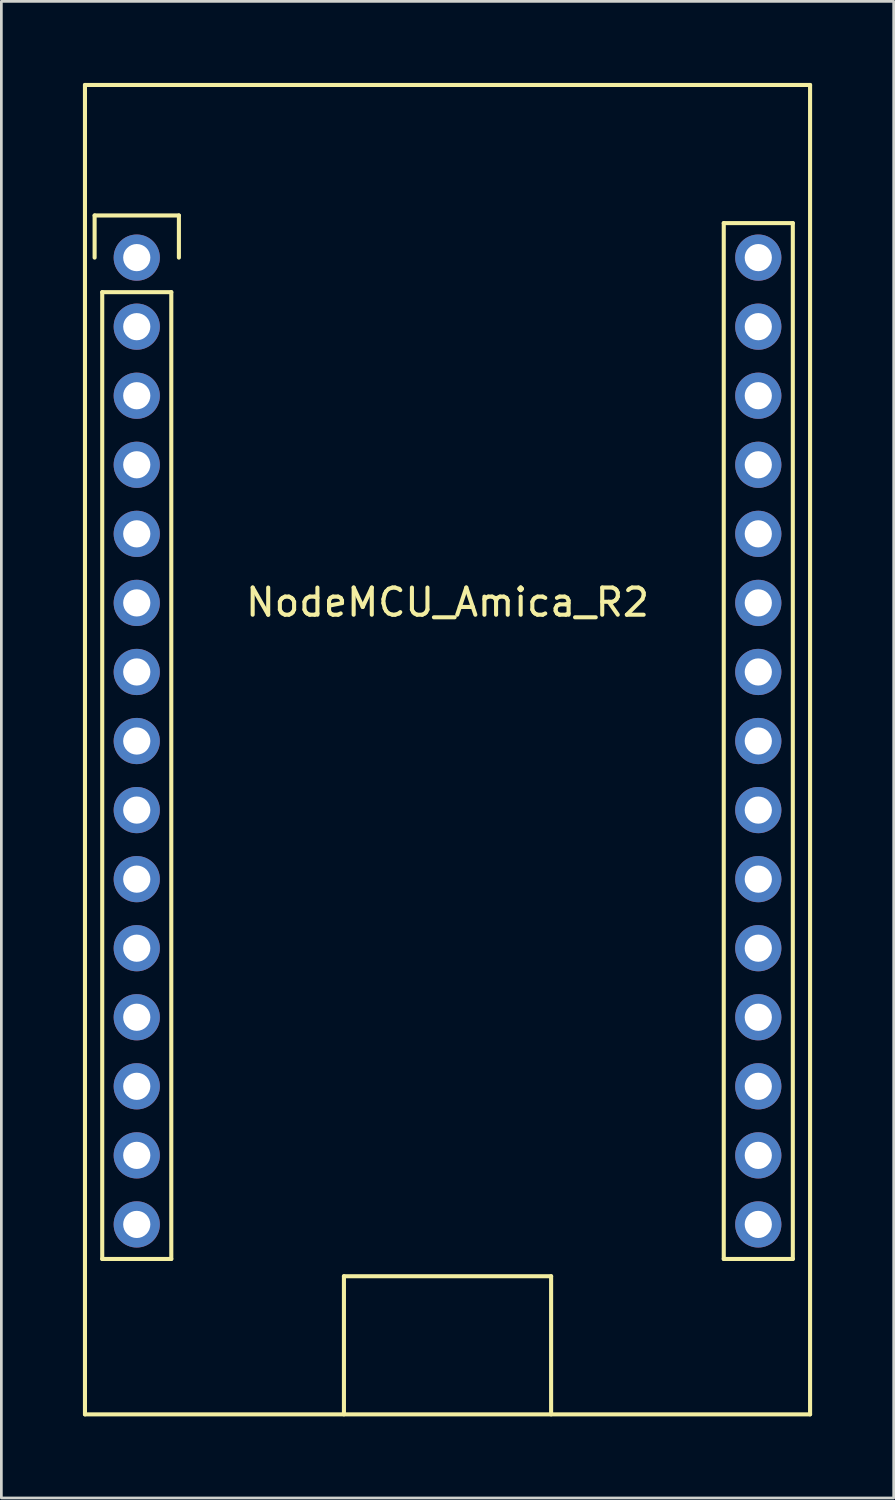
<source format=kicad_pcb>
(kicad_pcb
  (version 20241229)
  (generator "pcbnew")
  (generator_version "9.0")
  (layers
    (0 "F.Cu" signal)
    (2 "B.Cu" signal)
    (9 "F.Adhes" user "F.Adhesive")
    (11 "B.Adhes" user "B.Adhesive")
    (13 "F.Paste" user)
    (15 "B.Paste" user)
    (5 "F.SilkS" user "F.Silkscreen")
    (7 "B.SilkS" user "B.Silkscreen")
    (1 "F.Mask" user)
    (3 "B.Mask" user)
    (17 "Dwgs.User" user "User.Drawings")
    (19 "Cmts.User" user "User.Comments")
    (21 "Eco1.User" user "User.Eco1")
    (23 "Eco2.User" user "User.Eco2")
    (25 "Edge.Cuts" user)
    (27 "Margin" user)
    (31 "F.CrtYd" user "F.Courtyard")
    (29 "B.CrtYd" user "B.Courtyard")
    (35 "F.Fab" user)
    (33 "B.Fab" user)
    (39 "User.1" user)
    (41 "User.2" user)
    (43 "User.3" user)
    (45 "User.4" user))
  (footprint "NodeMCU_Amica_R2"
    (layer "F.Cu")
    (at 1.98 6.425)
    (property "Reference" "NodeMCU_Amica_R2" (at 11.43 12.68 0) (layer "F.SilkS") (effects (font (size 1 1) (thickness 0.15))))
    (attr through_hole)
    (fp_line (start -1.905 -6.35) (end 24.765 -6.35) (stroke (width 0.15) (type solid)) (layer "F.SilkS"))
    (fp_line (start -1.905 42.545) (end -1.905 -6.35) (stroke (width 0.15) (type solid)) (layer "F.SilkS"))
    (fp_line (start -1.55 -1.55) (end 1.55 -1.55) (stroke (width 0.15) (type solid)) (layer "F.SilkS"))
    (fp_line (start -1.55 0) (end -1.55 -1.55) (stroke (width 0.15) (type solid)) (layer "F.SilkS"))
    (fp_line (start -1.27 1.27) (end -1.27 36.83) (stroke (width 0.15) (type solid)) (layer "F.SilkS"))
    (fp_line (start -1.27 36.83) (end 1.27 36.83) (stroke (width 0.15) (type solid)) (layer "F.SilkS"))
    (fp_line (start 1.27 1.27) (end -1.27 1.27) (stroke (width 0.15) (type solid)) (layer "F.SilkS"))
    (fp_line (start 1.27 36.83) (end 1.27 1.27) (stroke (width 0.15) (type solid)) (layer "F.SilkS"))
    (fp_line (start 1.55 -1.55) (end 1.55 0) (stroke (width 0.15) (type solid)) (layer "F.SilkS"))
    (fp_line (start 7.62 37.465) (end 15.24 37.465) (stroke (width 0.15) (type solid)) (layer "F.SilkS"))
    (fp_line (start 7.62 42.545) (end 7.62 37.465) (stroke (width 0.15) (type solid)) (layer "F.SilkS"))
    (fp_line (start 15.24 37.465) (end 15.24 42.545) (stroke (width 0.15) (type solid)) (layer "F.SilkS"))
    (fp_line (start 21.59 -1.27) (end 21.59 36.83) (stroke (width 0.15) (type solid)) (layer "F.SilkS"))
    (fp_line (start 21.59 36.83) (end 24.13 36.83) (stroke (width 0.15) (type solid)) (layer "F.SilkS"))
    (fp_line (start 24.13 -1.27) (end 21.59 -1.27) (stroke (width 0.15) (type solid)) (layer "F.SilkS"))
    (fp_line (start 24.13 36.83) (end 24.13 -1.27) (stroke (width 0.15) (type solid)) (layer "F.SilkS"))
    (fp_line (start 24.765 -6.35) (end 24.765 42.545) (stroke (width 0.15) (type solid)) (layer "F.SilkS"))
    (fp_line (start 24.765 42.545) (end -1.905 42.545) (stroke (width 0.15) (type solid)) (layer "F.SilkS"))
    (pad "1" thru_hole circle (at 0 0) (size 1.7 1.7) (drill 1) (layers "*.Cu" "*.Mask"))
    (pad "2" thru_hole circle (at 0 2.54) (size 1.7 1.7) (drill 1) (layers "*.Cu" "*.Mask"))
    (pad "3" thru_hole circle (at 0 5.08) (size 1.7 1.7) (drill 1) (layers "*.Cu" "*.Mask"))
    (pad "4" thru_hole circle (at 0 7.62) (size 1.7 1.7) (drill 1) (layers "*.Cu" "*.Mask"))
    (pad "5" thru_hole circle (at 0 10.16) (size 1.7 1.7) (drill 1) (layers "*.Cu" "*.Mask"))
    (pad "6" thru_hole circle (at 0 12.7) (size 1.7 1.7) (drill 1) (layers "*.Cu" "*.Mask"))
    (pad "7" thru_hole circle (at 0 15.24) (size 1.7 1.7) (drill 1) (layers "*.Cu" "*.Mask"))
    (pad "8" thru_hole circle (at 0 17.78) (size 1.7 1.7) (drill 1) (layers "*.Cu" "*.Mask"))
    (pad "9" thru_hole circle (at 0 20.32) (size 1.7 1.7) (drill 1) (layers "*.Cu" "*.Mask"))
    (pad "10" thru_hole circle (at 0 22.86) (size 1.7 1.7) (drill 1) (layers "*.Cu" "*.Mask"))
    (pad "11" thru_hole circle (at 0 25.4) (size 1.7 1.7) (drill 1) (layers "*.Cu" "*.Mask"))
    (pad "12" thru_hole circle (at 0 27.94) (size 1.7 1.7) (drill 1) (layers "*.Cu" "*.Mask"))
    (pad "13" thru_hole circle (at 0 30.48) (size 1.7 1.7) (drill 1) (layers "*.Cu" "*.Mask"))
    (pad "14" thru_hole circle (at 0 33.02) (size 1.7 1.7) (drill 1) (layers "*.Cu" "*.Mask"))
    (pad "15" thru_hole circle (at 0 35.56) (size 1.7 1.7) (drill 1) (layers "*.Cu" "*.Mask"))
    (pad "16" thru_hole circle (at 22.86 35.56) (size 1.7 1.7) (drill 1) (layers "*.Cu" "*.Mask"))
    (pad "17" thru_hole circle (at 22.86 33.02) (size 1.7 1.7) (drill 1) (layers "*.Cu" "*.Mask"))
    (pad "18" thru_hole circle (at 22.86 30.48) (size 1.7 1.7) (drill 1) (layers "*.Cu" "*.Mask"))
    (pad "19" thru_hole circle (at 22.86 27.94) (size 1.7 1.7) (drill 1) (layers "*.Cu" "*.Mask"))
    (pad "20" thru_hole circle (at 22.86 25.4) (size 1.7 1.7) (drill 1) (layers "*.Cu" "*.Mask"))
    (pad "21" thru_hole circle (at 22.86 22.86) (size 1.7 1.7) (drill 1) (layers "*.Cu" "*.Mask"))
    (pad "22" thru_hole circle (at 22.86 20.32) (size 1.7 1.7) (drill 1) (layers "*.Cu" "*.Mask"))
    (pad "23" thru_hole circle (at 22.86 17.78) (size 1.7 1.7) (drill 1) (layers "*.Cu" "*.Mask"))
    (pad "24" thru_hole circle (at 22.86 15.24) (size 1.7 1.7) (drill 1) (layers "*.Cu" "*.Mask"))
    (pad "25" thru_hole circle (at 22.86 12.7) (size 1.7 1.7) (drill 1) (layers "*.Cu" "*.Mask"))
    (pad "26" thru_hole circle (at 22.86 10.16) (size 1.7 1.7) (drill 1) (layers "*.Cu" "*.Mask"))
    (pad "27" thru_hole circle (at 22.86 7.62) (size 1.7 1.7) (drill 1) (layers "*.Cu" "*.Mask"))
    (pad "28" thru_hole circle (at 22.86 5.08) (size 1.7 1.7) (drill 1) (layers "*.Cu" "*.Mask"))
    (pad "29" thru_hole circle (at 22.86 2.54) (size 1.7 1.7) (drill 1) (layers "*.Cu" "*.Mask"))
    (pad "30" thru_hole circle (at 22.86 0) (size 1.7 1.7) (drill 1) (layers "*.Cu" "*.Mask")))
  (gr_rect
    (start -3 -3)
    (end 29.82 52.045)
    (stroke (width 0.1) (type default))
    (fill no)
    (layer "Edge.Cuts")))
</source>
